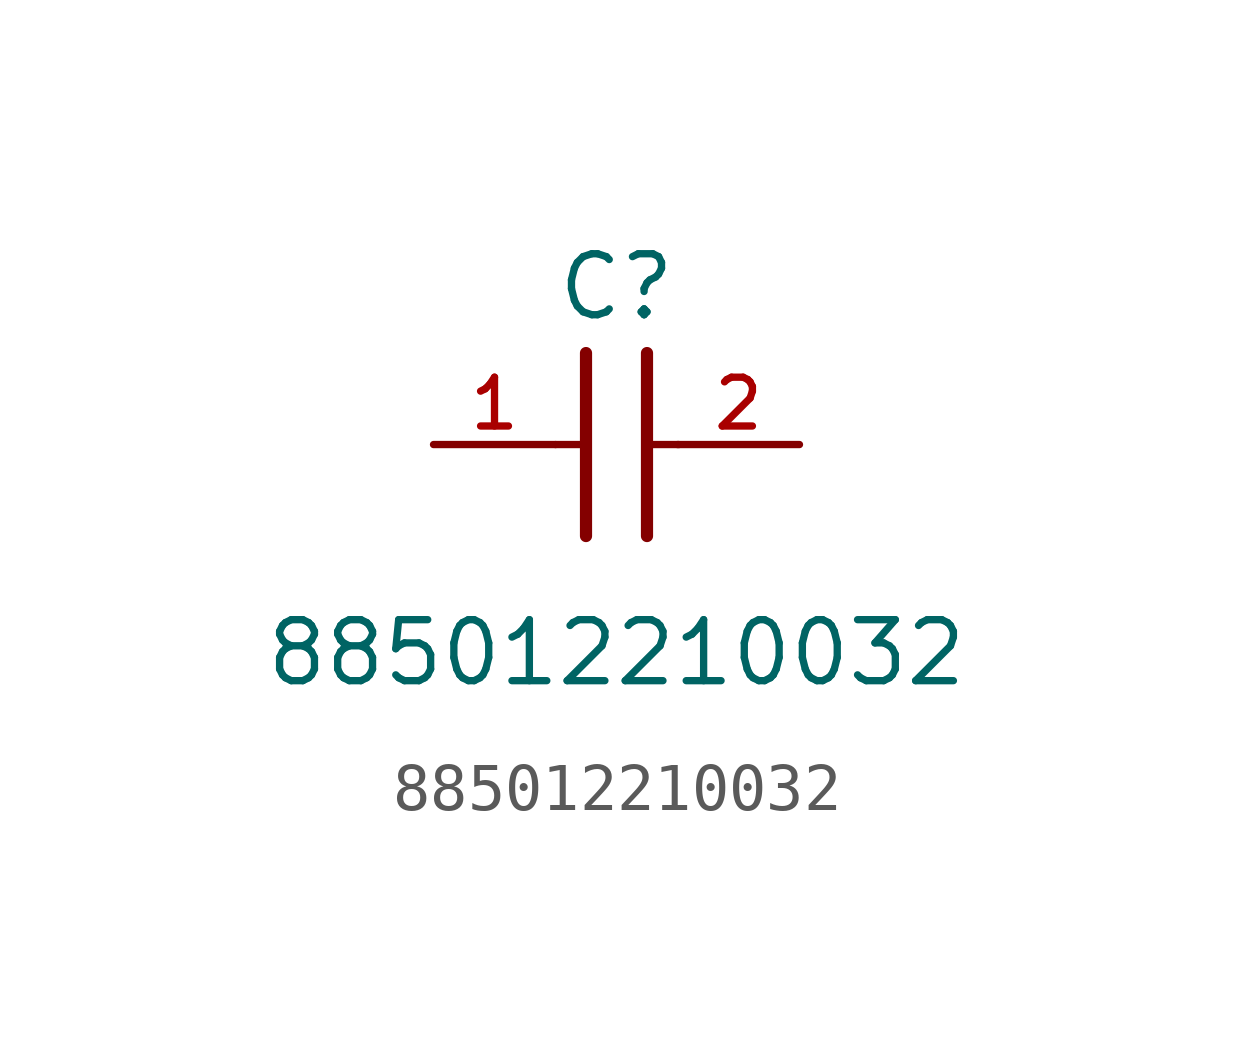
<source format=kicad_sym>
(kicad_symbol_lib
  (version 20211014)
  (generator kicad_symbol_editor)
  (symbol "885012210032"
    (pin_names
      (offset 1.016))
    (property "Reference" "C"
      (at 1.27 2.54 0)
      (effects (font (size 1.27 1.27)) (justify bottom)))
    (property "Value" "885012210032"
      (at 1.27 -5.08 0)
      (effects (font (size 1.27 1.27)) (justify bottom)))
    (symbol "885012210032_0_0"
      (polyline (pts (xy 1.905 1.905) (xy 1.905 -1.905)) (stroke (width 0.254)))
      (polyline (pts (xy 0.635 -1.905) (xy 0.635 1.905)) (stroke (width 0.254)))
      (polyline (pts (xy 0.0 0.0) (xy 0.643 0.0)) (stroke (width 0.152)))
      (polyline (pts (xy 1.928 0.0) (xy 2.57 0.0)) (stroke (width 0.152)))
      (pin passive line (at -2.54 0.0 0) (length 2.54) (name "~" (effects (font (size 1.016 1.016)))) (number "1" (effects (font (size 1.016 1.016)))))
      (pin passive line (at 5.08 0.0 180.0) (length 2.54) (name "~" (effects (font (size 1.016 1.016)))) (number "2" (effects (font (size 1.016 1.016))))))))
</source>
